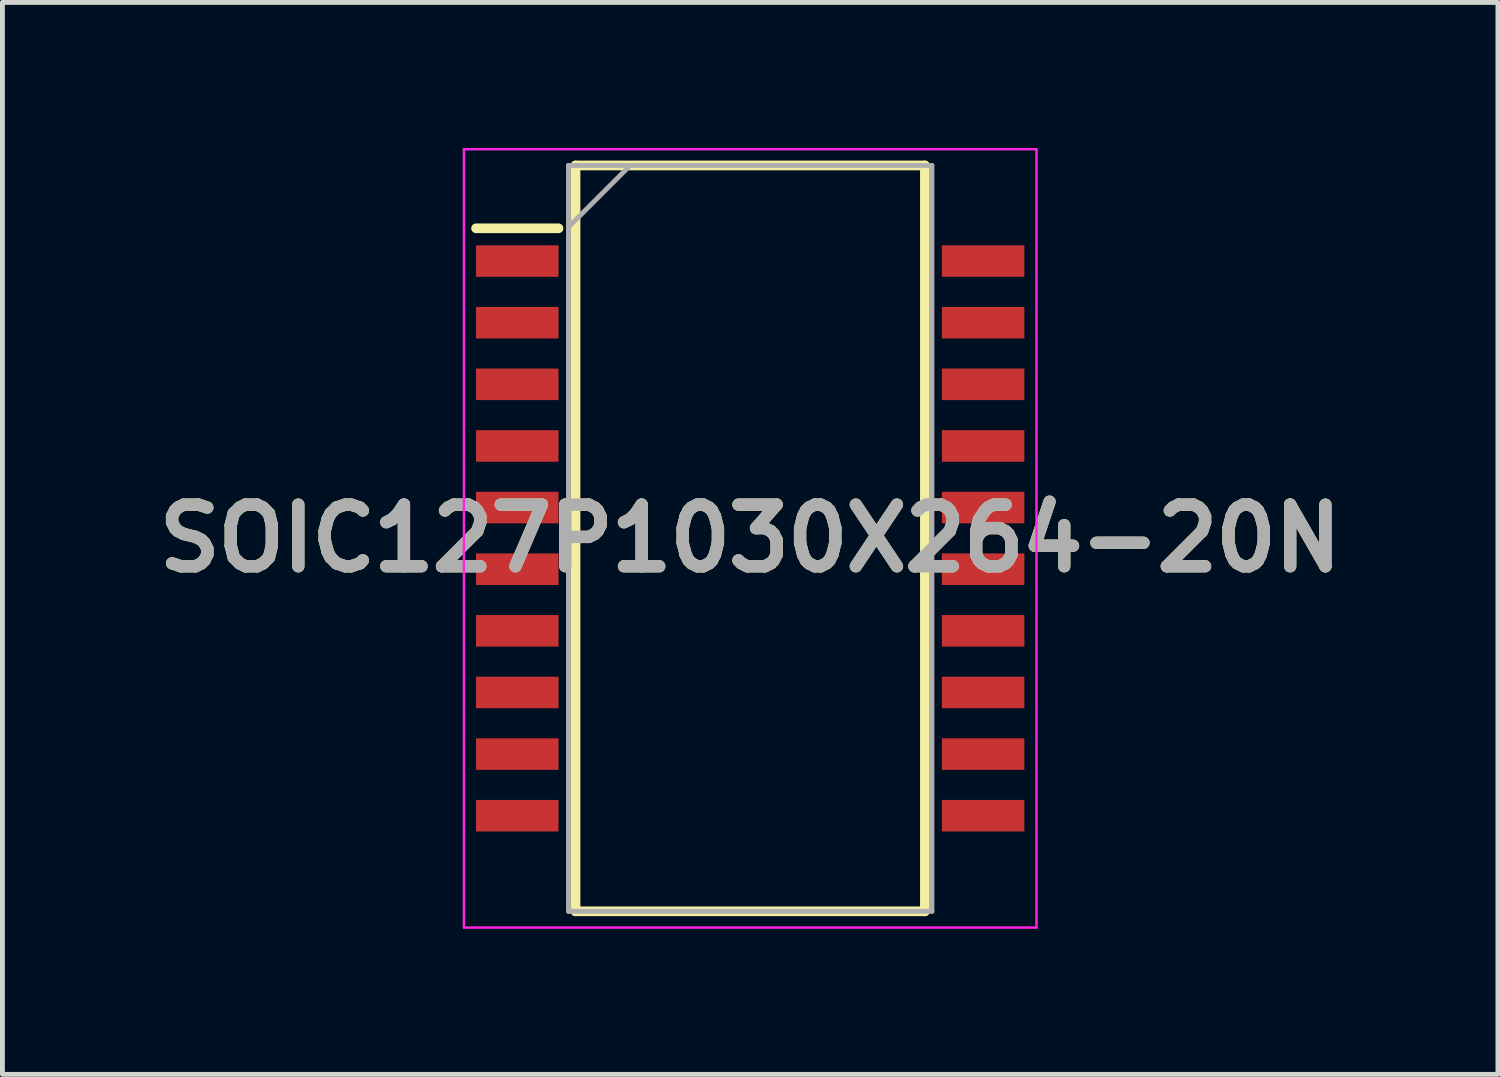
<source format=kicad_pcb>
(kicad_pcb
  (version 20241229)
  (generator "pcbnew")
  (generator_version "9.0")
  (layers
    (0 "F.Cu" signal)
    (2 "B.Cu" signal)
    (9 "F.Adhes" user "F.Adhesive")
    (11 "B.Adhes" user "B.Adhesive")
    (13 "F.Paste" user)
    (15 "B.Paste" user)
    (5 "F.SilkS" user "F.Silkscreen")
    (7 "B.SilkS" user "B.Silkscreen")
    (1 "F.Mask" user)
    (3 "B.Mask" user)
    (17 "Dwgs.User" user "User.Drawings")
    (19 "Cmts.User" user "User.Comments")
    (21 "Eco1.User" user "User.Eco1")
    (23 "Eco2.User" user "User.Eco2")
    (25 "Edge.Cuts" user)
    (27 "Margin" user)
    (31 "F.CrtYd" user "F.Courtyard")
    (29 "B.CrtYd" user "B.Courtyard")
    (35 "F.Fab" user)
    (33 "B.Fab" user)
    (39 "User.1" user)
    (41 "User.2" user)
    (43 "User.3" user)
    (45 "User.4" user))
  (footprint "SOIC127P1030X264-20N"
    (layer "F.Cu")
    (at 12.41 8.045)
    (property "Reference" "SOIC127P1030X264-20N" (at 0 0 0) (layer "F.SilkS") (effects (font (size 1.27 1.27) (thickness 0.254))))
    (attr smd)
    (fp_line (start -5.65 -6.39) (end -3.95 -6.39) (stroke (width 0.2) (type solid)) (layer "F.SilkS"))
    (fp_line (start -3.6 -7.685) (end 3.6 -7.685) (stroke (width 0.2) (type solid)) (layer "F.SilkS"))
    (fp_line (start -3.6 7.685) (end -3.6 -7.685) (stroke (width 0.2) (type solid)) (layer "F.SilkS"))
    (fp_line (start 3.6 -7.685) (end 3.6 7.685) (stroke (width 0.2) (type solid)) (layer "F.SilkS"))
    (fp_line (start 3.6 7.685) (end -3.6 7.685) (stroke (width 0.2) (type solid)) (layer "F.SilkS"))
    (fp_line (start -5.9 -8.02) (end 5.9 -8.02) (stroke (width 0.05) (type solid)) (layer "F.CrtYd"))
    (fp_line (start -5.9 8.02) (end -5.9 -8.02) (stroke (width 0.05) (type solid)) (layer "F.CrtYd"))
    (fp_line (start 5.9 -8.02) (end 5.9 8.02) (stroke (width 0.05) (type solid)) (layer "F.CrtYd"))
    (fp_line (start 5.9 8.02) (end -5.9 8.02) (stroke (width 0.05) (type solid)) (layer "F.CrtYd"))
    (fp_line (start -3.745 -7.685) (end 3.745 -7.685) (stroke (width 0.1) (type solid)) (layer "F.Fab"))
    (fp_line (start -3.745 -6.415) (end -2.475 -7.685) (stroke (width 0.1) (type solid)) (layer "F.Fab"))
    (fp_line (start -3.745 7.685) (end -3.745 -7.685) (stroke (width 0.1) (type solid)) (layer "F.Fab"))
    (fp_line (start 3.745 -7.685) (end 3.745 7.685) (stroke (width 0.1) (type solid)) (layer "F.Fab"))
    (fp_line (start 3.745 7.685) (end -3.745 7.685) (stroke (width 0.1) (type solid)) (layer "F.Fab"))
    (fp_text user "${REFERENCE}" (at 0 0 0) (layer "F.Fab") (effects (font (size 1.27 1.27) (thickness 0.254))))
    (pad "1" smd rect (at -4.8 -5.715 90) (size 0.65 1.7) (layers "F.Cu" "F.Mask" "F.Paste"))
    (pad "2" smd rect (at -4.8 -4.445 90) (size 0.65 1.7) (layers "F.Cu" "F.Mask" "F.Paste"))
    (pad "3" smd rect (at -4.8 -3.175 90) (size 0.65 1.7) (layers "F.Cu" "F.Mask" "F.Paste"))
    (pad "4" smd rect (at -4.8 -1.905 90) (size 0.65 1.7) (layers "F.Cu" "F.Mask" "F.Paste"))
    (pad "5" smd rect (at -4.8 -0.635 90) (size 0.65 1.7) (layers "F.Cu" "F.Mask" "F.Paste"))
    (pad "6" smd rect (at -4.8 0.635 90) (size 0.65 1.7) (layers "F.Cu" "F.Mask" "F.Paste"))
    (pad "7" smd rect (at -4.8 1.905 90) (size 0.65 1.7) (layers "F.Cu" "F.Mask" "F.Paste"))
    (pad "8" smd rect (at -4.8 3.175 90) (size 0.65 1.7) (layers "F.Cu" "F.Mask" "F.Paste"))
    (pad "9" smd rect (at -4.8 4.445 90) (size 0.65 1.7) (layers "F.Cu" "F.Mask" "F.Paste"))
    (pad "10" smd rect (at -4.8 5.715 90) (size 0.65 1.7) (layers "F.Cu" "F.Mask" "F.Paste"))
    (pad "11" smd rect (at 4.8 5.715 90) (size 0.65 1.7) (layers "F.Cu" "F.Mask" "F.Paste"))
    (pad "12" smd rect (at 4.8 4.445 90) (size 0.65 1.7) (layers "F.Cu" "F.Mask" "F.Paste"))
    (pad "13" smd rect (at 4.8 3.175 90) (size 0.65 1.7) (layers "F.Cu" "F.Mask" "F.Paste"))
    (pad "14" smd rect (at 4.8 1.905 90) (size 0.65 1.7) (layers "F.Cu" "F.Mask" "F.Paste"))
    (pad "15" smd rect (at 4.8 0.635 90) (size 0.65 1.7) (layers "F.Cu" "F.Mask" "F.Paste"))
    (pad "16" smd rect (at 4.8 -0.635 90) (size 0.65 1.7) (layers "F.Cu" "F.Mask" "F.Paste"))
    (pad "17" smd rect (at 4.8 -1.905 90) (size 0.65 1.7) (layers "F.Cu" "F.Mask" "F.Paste"))
    (pad "18" smd rect (at 4.8 -3.175 90) (size 0.65 1.7) (layers "F.Cu" "F.Mask" "F.Paste"))
    (pad "19" smd rect (at 4.8 -4.445 90) (size 0.65 1.7) (layers "F.Cu" "F.Mask" "F.Paste"))
    (pad "20" smd rect (at 4.8 -5.715 90) (size 0.65 1.7) (layers "F.Cu" "F.Mask" "F.Paste")))
  (gr_rect
    (start -3 -3)
    (end 27.819 19.09)
    (stroke (width 0.1) (type default))
    (fill no)
    (layer "Edge.Cuts")))
</source>
